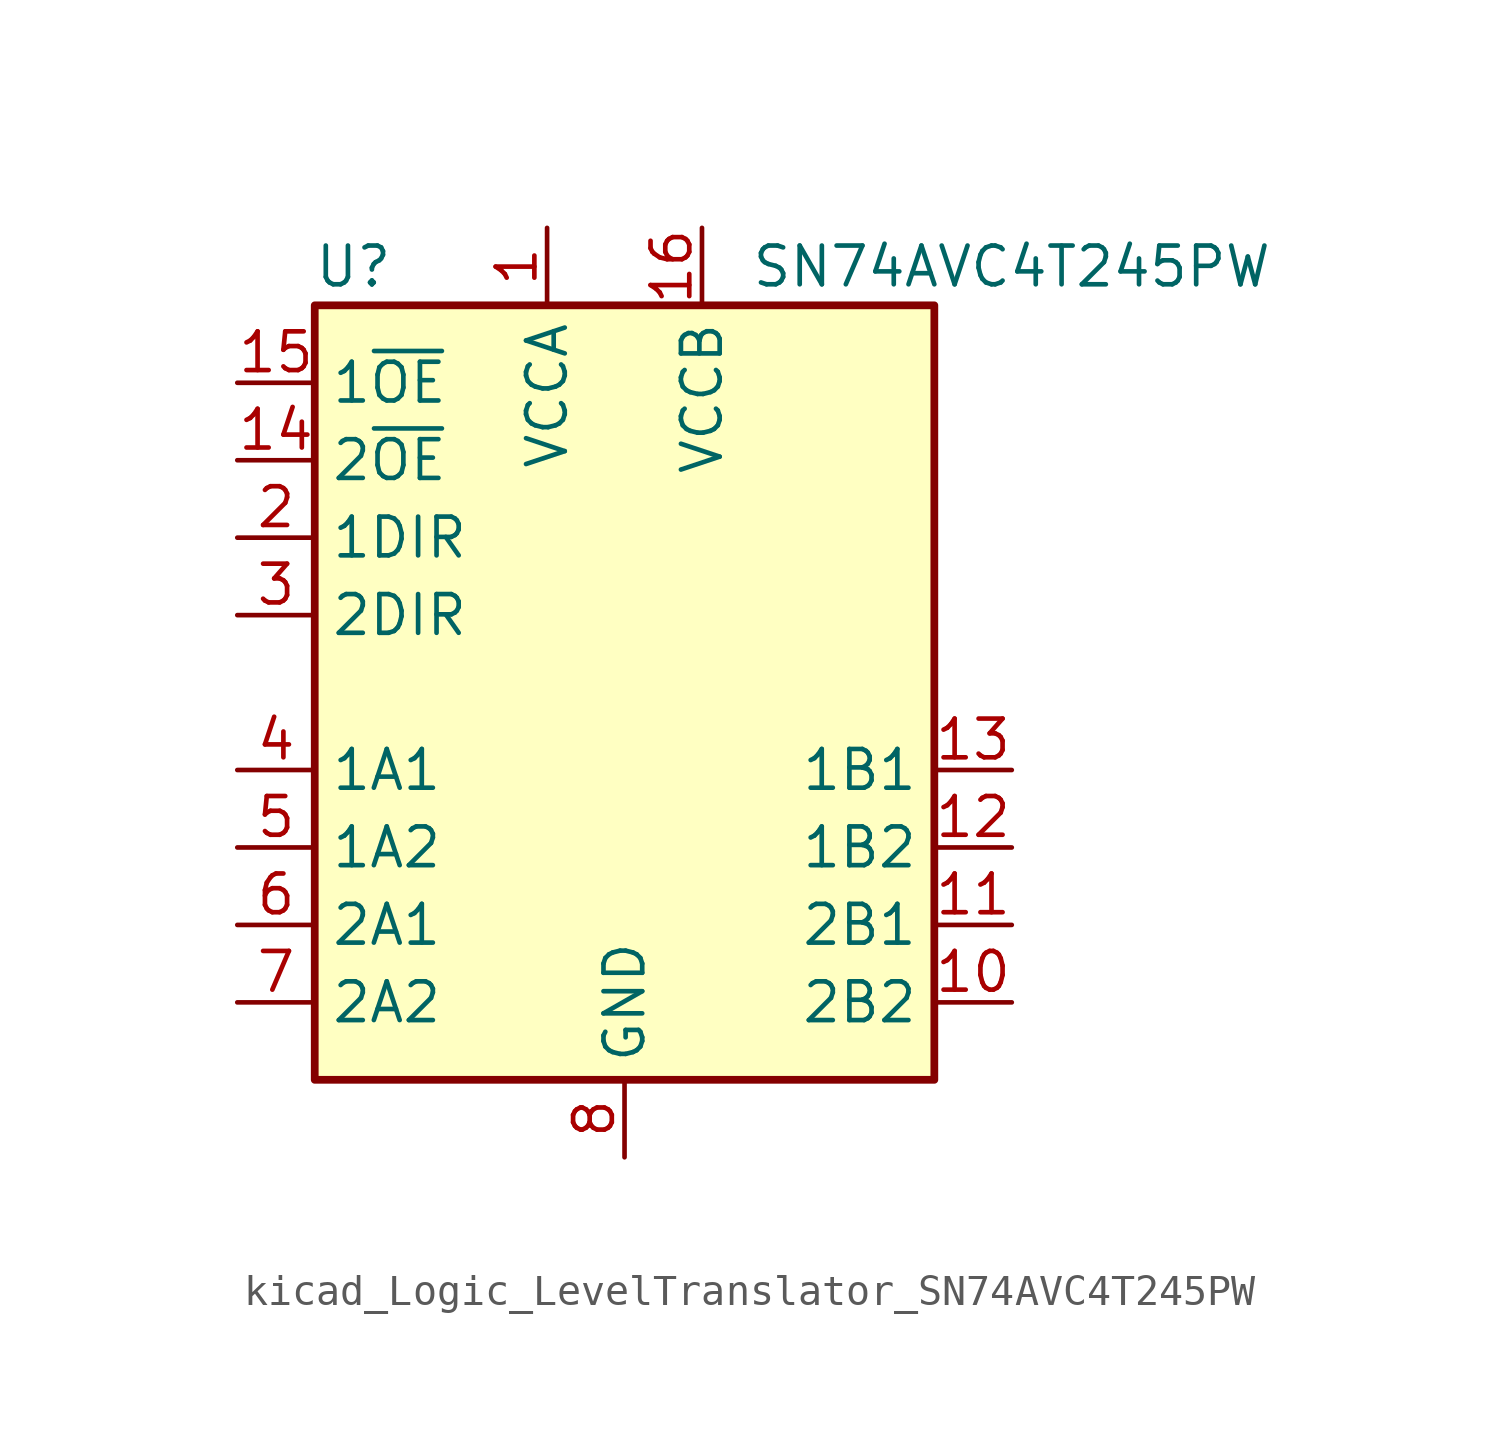
<source format=kicad_sym>
(kicad_symbol_lib
  (version 20220914)
  (generator kicad_symbol_editor)
  (symbol "kicad_Logic_LevelTranslator_SN74AVC4T245PW"
    (property "Reference" "U"
      (at -8.89 13.97 0)
      (effects (font (size 1.27 1.27))))
    (property "Value" "SN74AVC4T245PW"
      (at 12.7 13.97 0)
      (effects (font (size 1.27 1.27))))
    (symbol "kicad_Logic_LevelTranslator_SN74AVC4T245PW_0_1"
      (rectangle (start -10.16 12.7) (end 10.16 -12.7) (stroke (width 0.254) (type default)) (fill (type background))))
    (symbol "kicad_Logic_LevelTranslator_SN74AVC4T245PW_1_1"
      (pin power_in line (at -2.54 15.24 270) (length 2.54) (name "VCCA" (effects (font (size 1.27 1.27)))) (number "1" (effects (font (size 1.27 1.27)))))
      (pin bidirectional line (at 12.7 -10.16 180) (length 2.54) (name "2B2" (effects (font (size 1.27 1.27)))) (number "10" (effects (font (size 1.27 1.27)))))
      (pin bidirectional line (at 12.7 -7.62 180) (length 2.54) (name "2B1" (effects (font (size 1.27 1.27)))) (number "11" (effects (font (size 1.27 1.27)))))
      (pin bidirectional line (at 12.7 -5.08 180) (length 2.54) (name "1B2" (effects (font (size 1.27 1.27)))) (number "12" (effects (font (size 1.27 1.27)))))
      (pin bidirectional line (at 12.7 -2.54 180) (length 2.54) (name "1B1" (effects (font (size 1.27 1.27)))) (number "13" (effects (font (size 1.27 1.27)))))
      (pin input line (at -12.7 7.62 0) (length 2.54) (name "2~{OE}" (effects (font (size 1.27 1.27)))) (number "14" (effects (font (size 1.27 1.27)))))
      (pin input line (at -12.7 10.16 0) (length 2.54) (name "1~{OE}" (effects (font (size 1.27 1.27)))) (number "15" (effects (font (size 1.27 1.27)))))
      (pin power_in line (at 2.54 15.24 270) (length 2.54) (name "VCCB" (effects (font (size 1.27 1.27)))) (number "16" (effects (font (size 1.27 1.27)))))
      (pin input line (at -12.7 5.08 0) (length 2.54) (name "1DIR" (effects (font (size 1.27 1.27)))) (number "2" (effects (font (size 1.27 1.27)))))
      (pin input line (at -12.7 2.54 0) (length 2.54) (name "2DIR" (effects (font (size 1.27 1.27)))) (number "3" (effects (font (size 1.27 1.27)))))
      (pin bidirectional line (at -12.7 -2.54 0) (length 2.54) (name "1A1" (effects (font (size 1.27 1.27)))) (number "4" (effects (font (size 1.27 1.27)))))
      (pin bidirectional line (at -12.7 -5.08 0) (length 2.54) (name "1A2" (effects (font (size 1.27 1.27)))) (number "5" (effects (font (size 1.27 1.27)))))
      (pin bidirectional line (at -12.7 -7.62 0) (length 2.54) (name "2A1" (effects (font (size 1.27 1.27)))) (number "6" (effects (font (size 1.27 1.27)))))
      (pin bidirectional line (at -12.7 -10.16 0) (length 2.54) (name "2A2" (effects (font (size 1.27 1.27)))) (number "7" (effects (font (size 1.27 1.27)))))
      (pin power_in line (at 0 -15.24 90) (length 2.54) (name "GND" (effects (font (size 1.27 1.27)))) (number "8" (effects (font (size 1.27 1.27)))))
      (pin passive line (at 0 -15.24 90) (length 2.54) hide (name "GND" (effects (font (size 1.27 1.27)))) (number "9" (effects (font (size 1.27 1.27))))))))
</source>
